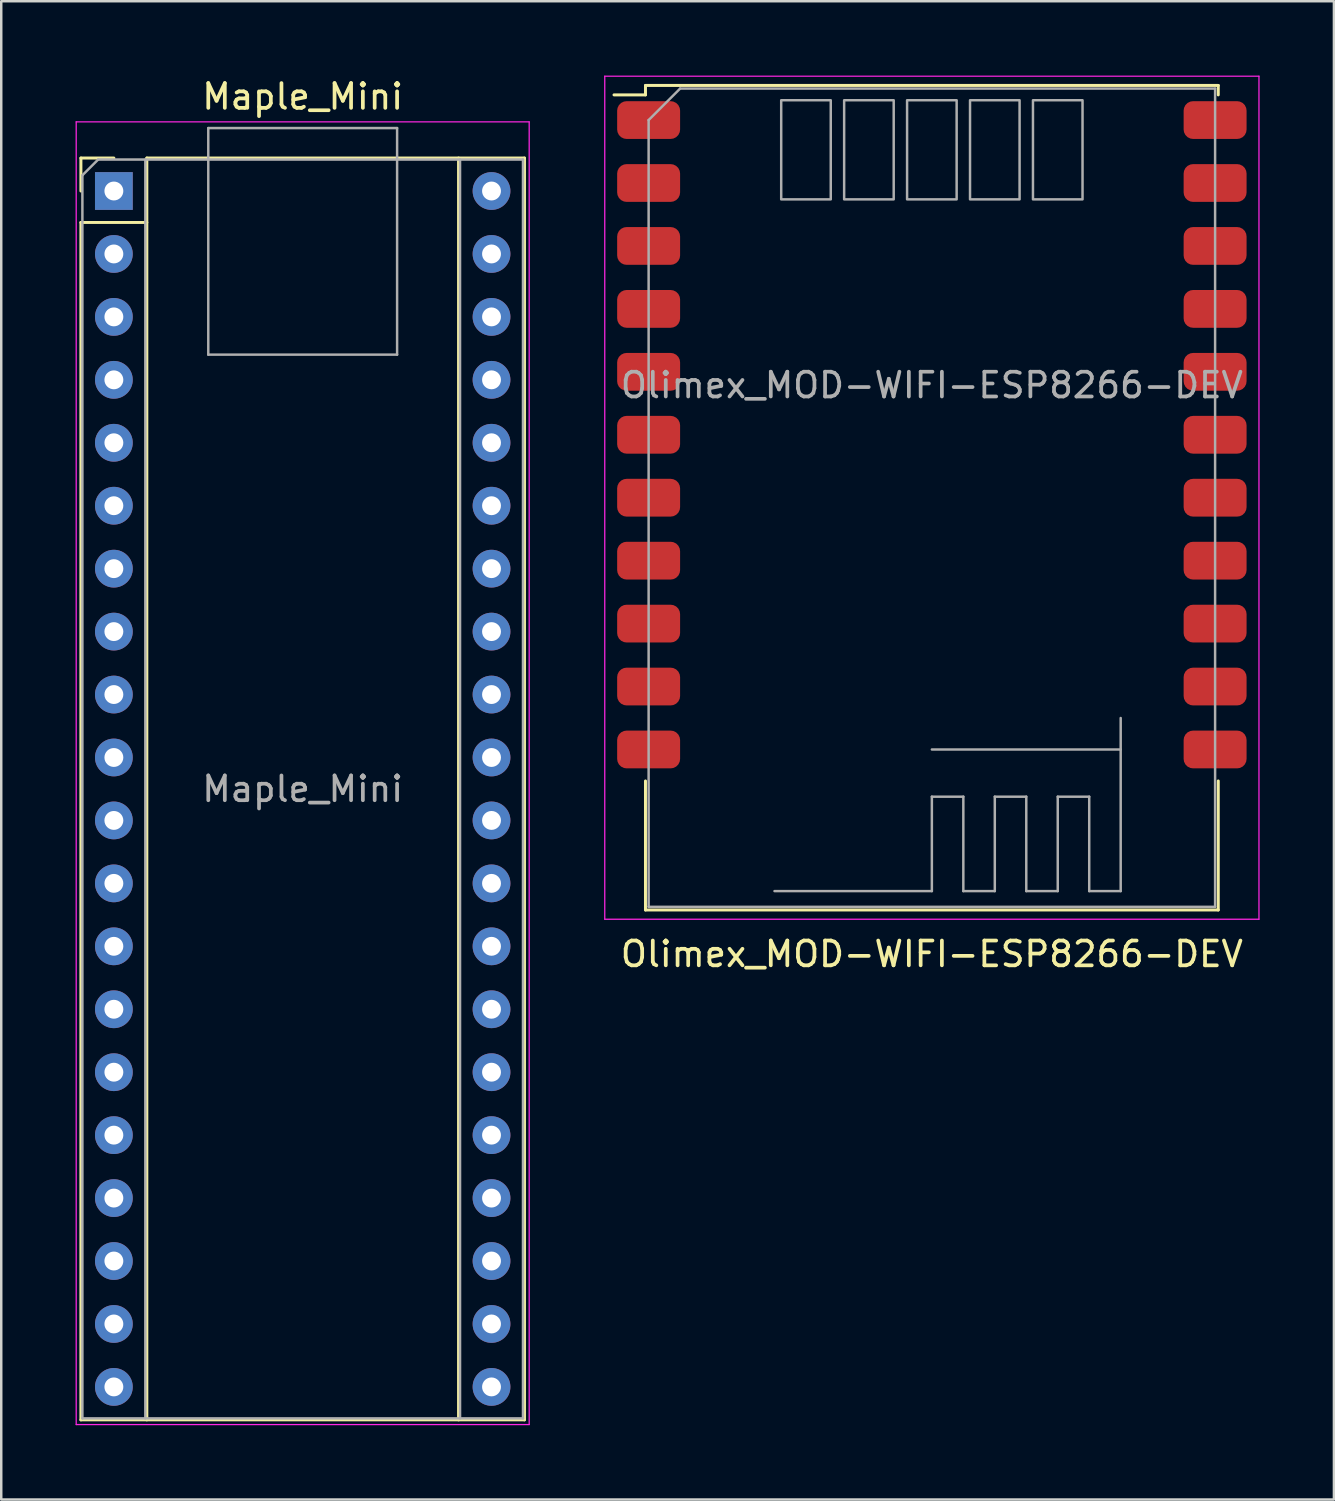
<source format=kicad_pcb>
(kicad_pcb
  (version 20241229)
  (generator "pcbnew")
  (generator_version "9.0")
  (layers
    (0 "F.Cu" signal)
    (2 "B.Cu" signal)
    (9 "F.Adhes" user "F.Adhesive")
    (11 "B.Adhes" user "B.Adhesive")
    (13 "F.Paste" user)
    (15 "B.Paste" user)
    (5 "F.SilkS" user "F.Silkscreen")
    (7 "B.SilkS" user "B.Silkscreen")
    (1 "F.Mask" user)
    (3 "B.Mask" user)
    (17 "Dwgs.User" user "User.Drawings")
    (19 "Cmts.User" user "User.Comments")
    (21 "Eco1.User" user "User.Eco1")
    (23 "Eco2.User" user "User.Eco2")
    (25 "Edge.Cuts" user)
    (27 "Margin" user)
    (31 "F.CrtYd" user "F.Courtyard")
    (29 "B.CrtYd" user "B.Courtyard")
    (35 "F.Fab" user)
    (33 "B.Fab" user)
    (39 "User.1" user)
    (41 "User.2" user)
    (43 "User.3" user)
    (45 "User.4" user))
  (footprint "Olimex_MOD-WIFI-ESP8266-DEV"
    (layer "F.Cu")
    (at 34.555 14.495)
    (property "Reference" "Olimex_MOD-WIFI-ESP8266-DEV" (at 0 20.955 0) (layer "F.SilkS") (effects (font (size 1 1) (thickness 0.15))))
    (attr smd)
    (fp_line (start -11.557 -14.097) (end -11.557 -13.716) (stroke (width 0.12) (type solid)) (layer "F.SilkS"))
    (fp_line (start -11.557 -13.716) (end -12.827 -13.716) (stroke (width 0.12) (type solid)) (layer "F.SilkS"))
    (fp_line (start -11.557 13.97) (end -11.557 19.177) (stroke (width 0.12) (type solid)) (layer "F.SilkS"))
    (fp_line (start -11.557 19.177) (end 11.557 19.177) (stroke (width 0.12) (type solid)) (layer "F.SilkS"))
    (fp_line (start 11.557 -14.097) (end -11.557 -14.097) (stroke (width 0.12) (type solid)) (layer "F.SilkS"))
    (fp_line (start 11.557 -13.716) (end 11.557 -14.097) (stroke (width 0.12) (type solid)) (layer "F.SilkS"))
    (fp_line (start 11.557 19.177) (end 11.557 13.97) (stroke (width 0.12) (type solid)) (layer "F.SilkS"))
    (fp_line (start -13.2 -14.47) (end -13.2 19.55) (stroke (width 0.05) (type solid)) (layer "F.CrtYd"))
    (fp_line (start -13.2 19.55) (end 13.2 19.55) (stroke (width 0.05) (type solid)) (layer "F.CrtYd"))
    (fp_line (start 13.2 -14.47) (end -13.2 -14.47) (stroke (width 0.05) (type solid)) (layer "F.CrtYd"))
    (fp_line (start 13.2 19.55) (end 13.2 -14.47) (stroke (width 0.05) (type solid)) (layer "F.CrtYd"))
    (fp_line (start -11.43 -12.7) (end -11.43 19.05) (stroke (width 0.1) (type solid)) (layer "F.Fab"))
    (fp_line (start -11.43 19.05) (end 11.43 19.05) (stroke (width 0.1) (type solid)) (layer "F.Fab"))
    (fp_line (start -10.16 -13.97) (end -11.43 -12.7) (stroke (width 0.1) (type solid)) (layer "F.Fab"))
    (fp_line (start -10.16 -13.97) (end 11.43 -13.97) (stroke (width 0.1) (type solid)) (layer "F.Fab"))
    (fp_line (start -6.35 18.415) (end 0 18.415) (stroke (width 0.1) (type solid)) (layer "F.Fab"))
    (fp_line (start 0 14.605) (end 1.27 14.605) (stroke (width 0.1) (type solid)) (layer "F.Fab"))
    (fp_line (start 0 18.415) (end 0 14.605) (stroke (width 0.1) (type solid)) (layer "F.Fab"))
    (fp_line (start 1.27 14.605) (end 1.27 18.415) (stroke (width 0.1) (type solid)) (layer "F.Fab"))
    (fp_line (start 1.27 18.415) (end 2.54 18.415) (stroke (width 0.1) (type solid)) (layer "F.Fab"))
    (fp_line (start 2.54 14.605) (end 3.81 14.605) (stroke (width 0.1) (type solid)) (layer "F.Fab"))
    (fp_line (start 2.54 18.415) (end 2.54 14.605) (stroke (width 0.1) (type solid)) (layer "F.Fab"))
    (fp_line (start 3.81 14.605) (end 3.81 18.415) (stroke (width 0.1) (type solid)) (layer "F.Fab"))
    (fp_line (start 3.81 18.415) (end 5.08 18.415) (stroke (width 0.1) (type solid)) (layer "F.Fab"))
    (fp_line (start 5.08 14.605) (end 6.35 14.605) (stroke (width 0.1) (type solid)) (layer "F.Fab"))
    (fp_line (start 5.08 18.415) (end 5.08 14.605) (stroke (width 0.1) (type solid)) (layer "F.Fab"))
    (fp_line (start 6.35 14.605) (end 6.35 18.415) (stroke (width 0.1) (type solid)) (layer "F.Fab"))
    (fp_line (start 6.35 18.415) (end 7.62 18.415) (stroke (width 0.1) (type solid)) (layer "F.Fab"))
    (fp_line (start 7.62 12.7) (end 0 12.7) (stroke (width 0.1) (type solid)) (layer "F.Fab"))
    (fp_line (start 7.62 18.415) (end 7.62 11.43) (stroke (width 0.1) (type solid)) (layer "F.Fab"))
    (fp_line (start 11.43 -13.97) (end 11.43 19.05) (stroke (width 0.1) (type solid)) (layer "F.Fab"))
    (fp_poly (pts (xy -4.08 -9.5) (xy -6.08 -9.5) (xy -6.08 -13.5) (xy -4.08 -13.5)) (stroke (width 0.1) (type solid)) (fill no) (layer "F.Fab"))
    (fp_poly (pts (xy -1.54 -9.5) (xy -3.54 -9.5) (xy -3.54 -13.5) (xy -1.54 -13.5)) (stroke (width 0.1) (type solid)) (fill no) (layer "F.Fab"))
    (fp_poly (pts (xy 1 -9.5) (xy -1 -9.5) (xy -1 -13.5) (xy 1 -13.5)) (stroke (width 0.1) (type solid)) (fill no) (layer "F.Fab"))
    (fp_poly (pts (xy 3.54 -9.5) (xy 1.54 -9.5) (xy 1.54 -13.5) (xy 3.54 -13.5)) (stroke (width 0.1) (type solid)) (fill no) (layer "F.Fab"))
    (fp_poly (pts (xy 6.08 -9.5) (xy 4.08 -9.5) (xy 4.08 -13.5) (xy 6.08 -13.5)) (stroke (width 0.1) (type solid)) (fill no) (layer "F.Fab"))
    (fp_text user "${REFERENCE}" (at 0 -2 0) (unlocked yes) (layer "F.Fab") (effects (font (size 1 1) (thickness 0.15))))
    (pad "1" smd roundrect (at -11.43 -12.7) (size 2.54 1.524) (layers "F.Cu" "F.Mask" "F.Paste") (roundrect_rratio 0.25))
    (pad "2" smd roundrect (at -11.43 -10.16) (size 2.54 1.524) (layers "F.Cu" "F.Mask" "F.Paste") (roundrect_rratio 0.25))
    (pad "3" smd roundrect (at -11.43 -7.62) (size 2.54 1.524) (layers "F.Cu" "F.Mask" "F.Paste") (roundrect_rratio 0.25))
    (pad "4" smd roundrect (at -11.43 -5.08) (size 2.54 1.524) (layers "F.Cu" "F.Mask" "F.Paste") (roundrect_rratio 0.25))
    (pad "5" smd roundrect (at -11.43 -2.54) (size 2.54 1.524) (layers "F.Cu" "F.Mask" "F.Paste") (roundrect_rratio 0.25))
    (pad "6" smd roundrect (at -11.43 0) (size 2.54 1.524) (layers "F.Cu" "F.Mask" "F.Paste") (roundrect_rratio 0.25))
    (pad "7" smd roundrect (at -11.43 2.54) (size 2.54 1.524) (layers "F.Cu" "F.Mask" "F.Paste") (roundrect_rratio 0.25))
    (pad "8" smd roundrect (at -11.43 5.08) (size 2.54 1.524) (layers "F.Cu" "F.Mask" "F.Paste") (roundrect_rratio 0.25))
    (pad "9" smd roundrect (at -11.43 7.62) (size 2.54 1.524) (layers "F.Cu" "F.Mask" "F.Paste") (roundrect_rratio 0.25))
    (pad "10" smd roundrect (at -11.43 10.16) (size 2.54 1.524) (layers "F.Cu" "F.Mask" "F.Paste") (roundrect_rratio 0.25))
    (pad "11" smd roundrect (at -11.43 12.7) (size 2.54 1.524) (layers "F.Cu" "F.Mask" "F.Paste") (roundrect_rratio 0.25))
    (pad "12" smd roundrect (at 11.43 12.7) (size 2.54 1.524) (layers "F.Cu" "F.Mask" "F.Paste") (roundrect_rratio 0.25))
    (pad "13" smd roundrect (at 11.43 10.16) (size 2.54 1.524) (layers "F.Cu" "F.Mask" "F.Paste") (roundrect_rratio 0.25))
    (pad "14" smd roundrect (at 11.43 7.62) (size 2.54 1.524) (layers "F.Cu" "F.Mask" "F.Paste") (roundrect_rratio 0.25))
    (pad "15" smd roundrect (at 11.43 5.08) (size 2.54 1.524) (layers "F.Cu" "F.Mask" "F.Paste") (roundrect_rratio 0.25))
    (pad "16" smd roundrect (at 11.43 2.54) (size 2.54 1.524) (layers "F.Cu" "F.Mask" "F.Paste") (roundrect_rratio 0.25))
    (pad "17" smd roundrect (at 11.43 0) (size 2.54 1.524) (layers "F.Cu" "F.Mask" "F.Paste") (roundrect_rratio 0.25))
    (pad "18" smd roundrect (at 11.43 -2.54) (size 2.54 1.524) (layers "F.Cu" "F.Mask" "F.Paste") (roundrect_rratio 0.25))
    (pad "19" smd roundrect (at 11.43 -5.08) (size 2.54 1.524) (layers "F.Cu" "F.Mask" "F.Paste") (roundrect_rratio 0.25))
    (pad "20" smd roundrect (at 11.43 -7.62) (size 2.54 1.524) (layers "F.Cu" "F.Mask" "F.Paste") (roundrect_rratio 0.25))
    (pad "21" smd roundrect (at 11.43 -10.16) (size 2.54 1.524) (layers "F.Cu" "F.Mask" "F.Paste") (roundrect_rratio 0.25))
    (pad "22" smd roundrect (at 11.43 -12.7) (size 2.54 1.524) (layers "F.Cu" "F.Mask" "F.Paste") (roundrect_rratio 0.25))
    (zone (net_name "") (layer "F.Cu") (name "Exposed copper keepout") (hatch full 0.508) (connect_pads) (min_thickness 0.254) (filled_areas_thickness no) (keepout (tracks not_allowed) (vias not_allowed) (pads not_allowed) (copperpour not_allowed) (footprints allowed)) (placement (enabled no)) (fill) (polygon (pts (xy 41.555 5.995) (xy 27.555 5.995) (xy 27.555 0.495) (xy 41.555 0.495))))
    (zone (net_name "") (layers "F.Cu" "B.Cu") (name "Antenna Keepout") (hatch full 0.508) (connect_pads) (min_thickness 0.254) (filled_areas_thickness no) (keepout (tracks not_allowed) (vias not_allowed) (pads not_allowed) (copperpour not_allowed) (footprints not_allowed)) (placement (enabled no)) (fill) (polygon (pts (xy 44.08 28.465) (xy 46.62 28.465) (xy 46.62 34.18) (xy 22.49 34.18) (xy 22.49 28.465) (xy 25.03 28.465) (xy 25.03 25.925) (xy 44.08 25.925)))))
  (footprint "Maple_Mini"
    (layer "F.Cu")
    (at 1.545 4.658)
    (property "Reference" "Maple_Mini" (at 7.62 -3.81 0) (layer "F.SilkS") (effects (font (size 1 1) (thickness 0.15))))
    (attr through_hole)
    (fp_line (start -1.33 -1.33) (end -1.33 0) (stroke (width 0.12) (type solid)) (layer "F.SilkS"))
    (fp_line (start -1.33 1.27) (end 1.33 1.27) (stroke (width 0.12) (type solid)) (layer "F.SilkS"))
    (fp_line (start -1.33 49.59) (end -1.33 1.27) (stroke (width 0.12) (type solid)) (layer "F.SilkS"))
    (fp_line (start 0 -1.33) (end -1.33 -1.33) (stroke (width 0.12) (type solid)) (layer "F.SilkS"))
    (fp_line (start 1.33 -1.33) (end 1.33 49.59) (stroke (width 0.12) (type solid)) (layer "F.SilkS"))
    (fp_line (start 1.33 -1.33) (end 16.57 -1.33) (stroke (width 0.12) (type solid)) (layer "F.SilkS"))
    (fp_line (start 13.91 49.59) (end 13.91 -1.33) (stroke (width 0.12) (type solid)) (layer "F.SilkS"))
    (fp_line (start 16.57 -1.33) (end 16.57 49.59) (stroke (width 0.12) (type solid)) (layer "F.SilkS"))
    (fp_line (start 16.57 49.59) (end -1.33 49.59) (stroke (width 0.12) (type solid)) (layer "F.SilkS"))
    (fp_line (start -1.52 -2.79) (end 16.76 -2.79) (stroke (width 0.05) (type solid)) (layer "F.CrtYd"))
    (fp_line (start -1.52 49.78) (end -1.52 -2.79) (stroke (width 0.05) (type solid)) (layer "F.CrtYd"))
    (fp_line (start 16.76 -2.79) (end 16.76 49.78) (stroke (width 0.05) (type solid)) (layer "F.CrtYd"))
    (fp_line (start 16.76 49.78) (end -1.52 49.78) (stroke (width 0.05) (type solid)) (layer "F.CrtYd"))
    (fp_line (start -1.27 -0.635) (end -0.635 -1.27) (stroke (width 0.1) (type solid)) (layer "F.Fab"))
    (fp_line (start -1.27 49.53) (end -1.27 -0.635) (stroke (width 0.1) (type solid)) (layer "F.Fab"))
    (fp_line (start -0.635 -1.27) (end 16.51 -1.27) (stroke (width 0.1) (type solid)) (layer "F.Fab"))
    (fp_line (start 1.27 -1.27) (end 1.27 49.53) (stroke (width 0.1) (type solid)) (layer "F.Fab"))
    (fp_line (start 3.81 -2.54) (end 11.43 -2.54) (stroke (width 0.1) (type solid)) (layer "F.Fab"))
    (fp_line (start 3.81 6.604) (end 3.81 -2.54) (stroke (width 0.1) (type solid)) (layer "F.Fab"))
    (fp_line (start 3.81 6.604) (end 11.43 6.604) (stroke (width 0.1) (type solid)) (layer "F.Fab"))
    (fp_line (start 11.43 -2.54) (end 11.43 6.604) (stroke (width 0.1) (type solid)) (layer "F.Fab"))
    (fp_line (start 13.97 -1.27) (end 13.97 49.53) (stroke (width 0.1) (type solid)) (layer "F.Fab"))
    (fp_line (start 16.51 -1.27) (end 16.51 49.53) (stroke (width 0.1) (type solid)) (layer "F.Fab"))
    (fp_line (start 16.51 49.53) (end -1.27 49.53) (stroke (width 0.1) (type solid)) (layer "F.Fab"))
    (fp_text user "${REFERENCE}" (at 7.62 24.13 0) (layer "F.Fab") (effects (font (size 1 1) (thickness 0.15))))
    (pad "1" thru_hole rect (at 0 0) (size 1.524 1.524) (drill 0.762) (layers "*.Cu" "*.Mask"))
    (pad "2" thru_hole circle (at 0 2.54) (size 1.524 1.524) (drill 0.762) (layers "*.Cu" "*.Mask"))
    (pad "3" thru_hole circle (at 0 5.08) (size 1.524 1.524) (drill 0.762) (layers "*.Cu" "*.Mask"))
    (pad "4" thru_hole circle (at 0 7.62) (size 1.524 1.524) (drill 0.762) (layers "*.Cu" "*.Mask"))
    (pad "5" thru_hole circle (at 0 10.16) (size 1.524 1.524) (drill 0.762) (layers "*.Cu" "*.Mask"))
    (pad "6" thru_hole circle (at 0 12.7) (size 1.524 1.524) (drill 0.762) (layers "*.Cu" "*.Mask"))
    (pad "7" thru_hole circle (at 0 15.24) (size 1.524 1.524) (drill 0.762) (layers "*.Cu" "*.Mask"))
    (pad "8" thru_hole circle (at 0 17.78) (size 1.524 1.524) (drill 0.762) (layers "*.Cu" "*.Mask"))
    (pad "9" thru_hole circle (at 0 20.32) (size 1.524 1.524) (drill 0.762) (layers "*.Cu" "*.Mask"))
    (pad "10" thru_hole circle (at 0 22.86) (size 1.524 1.524) (drill 0.762) (layers "*.Cu" "*.Mask"))
    (pad "11" thru_hole circle (at 0 25.4) (size 1.524 1.524) (drill 0.762) (layers "*.Cu" "*.Mask"))
    (pad "12" thru_hole circle (at 0 27.94) (size 1.524 1.524) (drill 0.762) (layers "*.Cu" "*.Mask"))
    (pad "13" thru_hole circle (at 0 30.48) (size 1.524 1.524) (drill 0.762) (layers "*.Cu" "*.Mask"))
    (pad "14" thru_hole circle (at 0 33.02) (size 1.524 1.524) (drill 0.762) (layers "*.Cu" "*.Mask"))
    (pad "15" thru_hole circle (at 0 35.56) (size 1.524 1.524) (drill 0.762) (layers "*.Cu" "*.Mask"))
    (pad "16" thru_hole circle (at 0 38.1) (size 1.524 1.524) (drill 0.762) (layers "*.Cu" "*.Mask"))
    (pad "17" thru_hole circle (at 0 40.64) (size 1.524 1.524) (drill 0.762) (layers "*.Cu" "*.Mask"))
    (pad "18" thru_hole circle (at 0 43.18) (size 1.524 1.524) (drill 0.762) (layers "*.Cu" "*.Mask"))
    (pad "19" thru_hole circle (at 0 45.72) (size 1.524 1.524) (drill 0.762) (layers "*.Cu" "*.Mask"))
    (pad "20" thru_hole circle (at 0 48.26) (size 1.524 1.524) (drill 0.762) (layers "*.Cu" "*.Mask"))
    (pad "21" thru_hole circle (at 15.24 48.26) (size 1.524 1.524) (drill 0.762) (layers "*.Cu" "*.Mask"))
    (pad "22" thru_hole circle (at 15.24 45.72) (size 1.524 1.524) (drill 0.762) (layers "*.Cu" "*.Mask"))
    (pad "23" thru_hole circle (at 15.24 43.18) (size 1.524 1.524) (drill 0.762) (layers "*.Cu" "*.Mask"))
    (pad "24" thru_hole circle (at 15.24 40.64) (size 1.524 1.524) (drill 0.762) (layers "*.Cu" "*.Mask"))
    (pad "25" thru_hole circle (at 15.24 38.1) (size 1.524 1.524) (drill 0.762) (layers "*.Cu" "*.Mask"))
    (pad "26" thru_hole circle (at 15.24 35.56) (size 1.524 1.524) (drill 0.762) (layers "*.Cu" "*.Mask"))
    (pad "27" thru_hole circle (at 15.24 33.02) (size 1.524 1.524) (drill 0.762) (layers "*.Cu" "*.Mask"))
    (pad "28" thru_hole circle (at 15.24 30.48) (size 1.524 1.524) (drill 0.762) (layers "*.Cu" "*.Mask"))
    (pad "29" thru_hole circle (at 15.24 27.94) (size 1.524 1.524) (drill 0.762) (layers "*.Cu" "*.Mask"))
    (pad "30" thru_hole circle (at 15.24 25.4) (size 1.524 1.524) (drill 0.762) (layers "*.Cu" "*.Mask"))
    (pad "31" thru_hole circle (at 15.24 22.86) (size 1.524 1.524) (drill 0.762) (layers "*.Cu" "*.Mask"))
    (pad "32" thru_hole circle (at 15.24 20.32) (size 1.524 1.524) (drill 0.762) (layers "*.Cu" "*.Mask"))
    (pad "33" thru_hole circle (at 15.24 17.78) (size 1.524 1.524) (drill 0.762) (layers "*.Cu" "*.Mask"))
    (pad "34" thru_hole circle (at 15.24 15.24) (size 1.524 1.524) (drill 0.762) (layers "*.Cu" "*.Mask"))
    (pad "35" thru_hole circle (at 15.24 12.7) (size 1.524 1.524) (drill 0.762) (layers "*.Cu" "*.Mask"))
    (pad "36" thru_hole circle (at 15.24 10.16) (size 1.524 1.524) (drill 0.762) (layers "*.Cu" "*.Mask"))
    (pad "37" thru_hole circle (at 15.24 7.62) (size 1.524 1.524) (drill 0.762) (layers "*.Cu" "*.Mask"))
    (pad "38" thru_hole circle (at 15.24 5.08) (size 1.524 1.524) (drill 0.762) (layers "*.Cu" "*.Mask"))
    (pad "39" thru_hole circle (at 15.24 2.54) (size 1.524 1.524) (drill 0.762) (layers "*.Cu" "*.Mask"))
    (pad "40" thru_hole circle (at 15.24 0) (size 1.524 1.524) (drill 0.762) (layers "*.Cu" "*.Mask")))
  (gr_rect
    (start -3 -3)
    (end 50.78 57.463)
    (stroke (width 0.1) (type default))
    (fill no)
    (layer "Edge.Cuts")))
</source>
